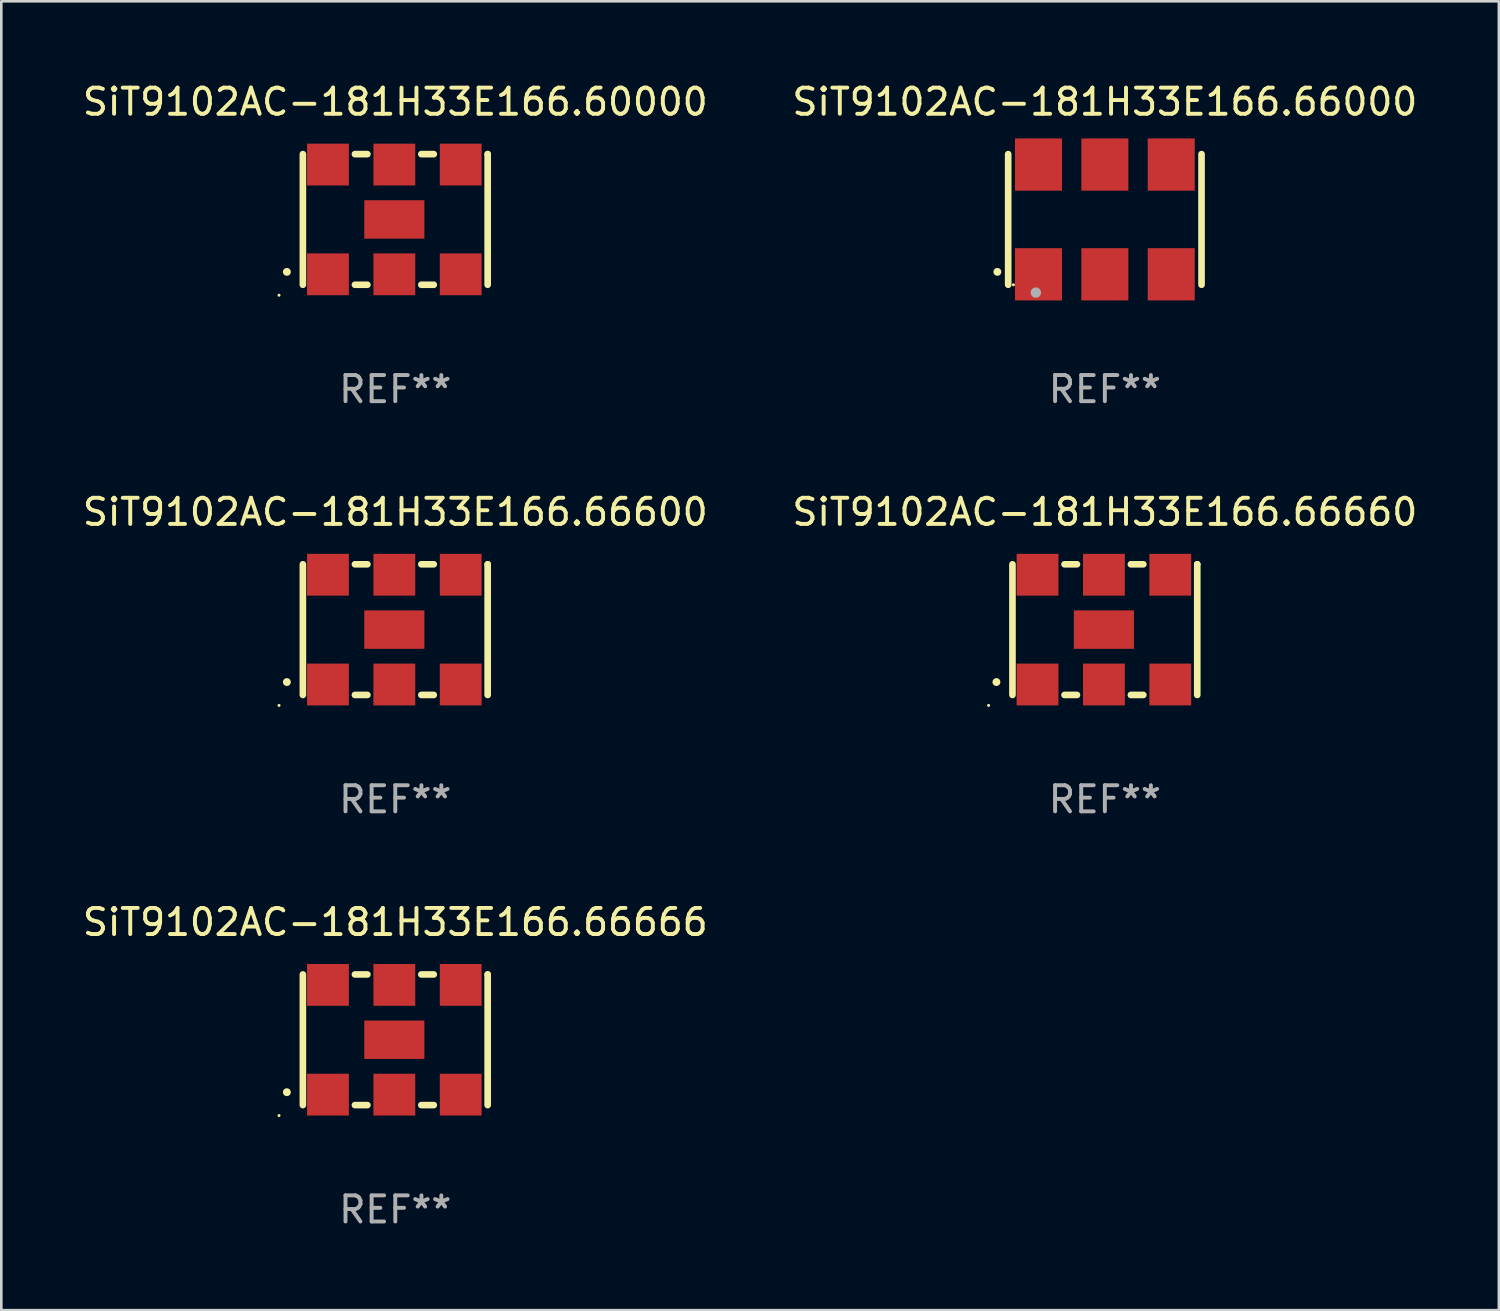
<source format=kicad_pcb>
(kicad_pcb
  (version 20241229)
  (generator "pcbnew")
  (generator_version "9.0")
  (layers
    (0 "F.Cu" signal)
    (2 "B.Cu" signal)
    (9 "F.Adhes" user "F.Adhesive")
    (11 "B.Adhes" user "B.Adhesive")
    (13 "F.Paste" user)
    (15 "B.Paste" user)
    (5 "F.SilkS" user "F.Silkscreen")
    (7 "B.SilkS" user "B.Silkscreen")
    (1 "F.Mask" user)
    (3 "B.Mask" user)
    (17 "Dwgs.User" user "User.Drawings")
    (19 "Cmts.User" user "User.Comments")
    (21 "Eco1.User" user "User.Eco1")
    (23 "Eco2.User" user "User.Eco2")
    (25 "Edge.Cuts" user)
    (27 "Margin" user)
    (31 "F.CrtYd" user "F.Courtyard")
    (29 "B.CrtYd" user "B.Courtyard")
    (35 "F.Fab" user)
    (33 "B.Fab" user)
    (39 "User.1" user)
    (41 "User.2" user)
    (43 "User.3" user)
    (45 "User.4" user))
  (footprint "SiT9102AC-181H33E166.66000"
    (layer "F.Cu")
    (at 39.232 5.348)
    (property "Reference" "SiT9102AC-181H33E166.66000" (at 0 -4.5 0) (layer "F.SilkS") (effects (font (size 1 1) (thickness 0.15))))
    (attr through_hole)
    (fp_line (start -3.7 -2.5) (end -3.7 2.5) (stroke (width 0.254) (type solid)) (layer "F.SilkS"))
    (fp_line (start 3.7 -2.5) (end 3.7 2.5) (stroke (width 0.254) (type solid)) (layer "F.SilkS"))
    (fp_arc (start -4.114415 2.006604) (mid -4.113145 2.006599) (end -4.111875 2.006604) (stroke (width 0.3) (type solid)) (layer "F.SilkS"))
    (fp_circle (center -3.5 2.501) (end -3.47 2.501) (stroke (width 0.06) (type solid)) (fill no) (layer "F.SilkS"))
    (fp_circle (center -2.641 2.799) (end -2.541 2.799) (stroke (width 0.2) (type solid)) (fill no) (layer "F.Fab"))
    (fp_text user "REF**" (at 0 6.5 0) (layer "F.Fab") (effects (font (size 1 1) (thickness 0.15))))
    (pad "1" smd rect (at -2.54 2.1) (size 1.8 2) (layers "F.Cu" "F.Mask" "F.Paste"))
    (pad "2" smd rect (at 0.000394 2.1) (size 1.8 2) (layers "F.Cu" "F.Mask" "F.Paste"))
    (pad "3" smd rect (at 2.54 2.1) (size 1.8 2) (layers "F.Cu" "F.Mask" "F.Paste"))
    (pad "4" smd rect (at 2.54 -2.1) (size 1.8 2) (layers "F.Cu" "F.Mask" "F.Paste"))
    (pad "5" smd rect (at 0.000394 -2.1) (size 1.8 2) (layers "F.Cu" "F.Mask" "F.Paste"))
    (pad "6" smd rect (at -2.54 -2.1) (size 1.8 2) (layers "F.Cu" "F.Mask" "F.Paste")))
  (footprint "SiT9102AC-181H33E166.66600"
    (layer "F.Cu")
    (at 12.077 21.045)
    (property "Reference" "SiT9102AC-181H33E166.66600" (at 0 -4.5 0) (layer "F.SilkS") (effects (font (size 1 1) (thickness 0.15))))
    (attr through_hole)
    (fp_line (start -3.536 -2.5) (end -3.536 2.5) (stroke (width 0.254) (type solid)) (layer "F.SilkS"))
    (fp_line (start -1.544 2.5) (end -1.067 2.5) (stroke (width 0.254) (type solid)) (layer "F.SilkS"))
    (fp_line (start -1.067 -2.5) (end -1.544 -2.5) (stroke (width 0.254) (type solid)) (layer "F.SilkS"))
    (fp_line (start 0.996 2.5) (end 1.473 2.5) (stroke (width 0.254) (type solid)) (layer "F.SilkS"))
    (fp_line (start 1.473 -2.5) (end 0.996 -2.5) (stroke (width 0.254) (type solid)) (layer "F.SilkS"))
    (fp_line (start 3.536 -2.5) (end 3.536 -2.5) (stroke (width 0.254) (type solid)) (layer "F.SilkS"))
    (fp_line (start 3.536 2.5) (end 3.536 -2.5) (stroke (width 0.254) (type solid)) (layer "F.SilkS"))
    (fp_arc (start -4.150432 2.006604) (mid -4.149162 2.006599) (end -4.147892 2.006604) (stroke (width 0.3) (type solid)) (layer "F.SilkS"))
    (fp_circle (center -4.449 2.9) (end -4.419 2.9) (stroke (width 0.06) (type solid)) (fill no) (layer "F.SilkS"))
    (fp_text user "REF**" (at 0 6.5 0) (layer "F.Fab") (effects (font (size 1 1) (thickness 0.15))))
    (pad "1" smd rect (at -2.576 2.1) (size 1.6 1.6) (layers "F.Cu" "F.Mask" "F.Paste"))
    (pad "2" smd rect (at -0.036 2.1) (size 1.6 1.6) (layers "F.Cu" "F.Mask" "F.Paste"))
    (pad "3" smd rect (at 2.504 2.1) (size 1.6 1.6) (layers "F.Cu" "F.Mask" "F.Paste"))
    (pad "4" smd rect (at 2.504 -2.1) (size 1.6 1.6) (layers "F.Cu" "F.Mask" "F.Paste"))
    (pad "5" smd rect (at -0.036 -2.1) (size 1.6 1.6) (layers "F.Cu" "F.Mask" "F.Paste"))
    (pad "6" smd rect (at -2.576 -2.1) (size 1.6 1.6) (layers "F.Cu" "F.Mask" "F.Paste"))
    (pad "7" smd rect (at -0.036 0) (size 2.3 1.47) (layers "F.Cu" "F.Mask" "F.Paste")))
  (footprint "SiT9102AC-181H33E166.66660"
    (layer "F.Cu")
    (at 39.232 21.045)
    (property "Reference" "SiT9102AC-181H33E166.66660" (at 0 -4.5 0) (layer "F.SilkS") (effects (font (size 1 1) (thickness 0.15))))
    (attr through_hole)
    (fp_line (start -3.536 -2.5) (end -3.536 2.5) (stroke (width 0.254) (type solid)) (layer "F.SilkS"))
    (fp_line (start -1.544 2.5) (end -1.067 2.5) (stroke (width 0.254) (type solid)) (layer "F.SilkS"))
    (fp_line (start -1.067 -2.5) (end -1.544 -2.5) (stroke (width 0.254) (type solid)) (layer "F.SilkS"))
    (fp_line (start 0.996 2.5) (end 1.473 2.5) (stroke (width 0.254) (type solid)) (layer "F.SilkS"))
    (fp_line (start 1.473 -2.5) (end 0.996 -2.5) (stroke (width 0.254) (type solid)) (layer "F.SilkS"))
    (fp_line (start 3.536 -2.5) (end 3.536 -2.5) (stroke (width 0.254) (type solid)) (layer "F.SilkS"))
    (fp_line (start 3.536 2.5) (end 3.536 -2.5) (stroke (width 0.254) (type solid)) (layer "F.SilkS"))
    (fp_arc (start -4.150432 2.006604) (mid -4.149162 2.006599) (end -4.147892 2.006604) (stroke (width 0.3) (type solid)) (layer "F.SilkS"))
    (fp_circle (center -4.449 2.9) (end -4.419 2.9) (stroke (width 0.06) (type solid)) (fill no) (layer "F.SilkS"))
    (fp_text user "REF**" (at 0 6.5 0) (layer "F.Fab") (effects (font (size 1 1) (thickness 0.15))))
    (pad "1" smd rect (at -2.576 2.1) (size 1.6 1.6) (layers "F.Cu" "F.Mask" "F.Paste"))
    (pad "2" smd rect (at -0.036 2.1) (size 1.6 1.6) (layers "F.Cu" "F.Mask" "F.Paste"))
    (pad "3" smd rect (at 2.504 2.1) (size 1.6 1.6) (layers "F.Cu" "F.Mask" "F.Paste"))
    (pad "4" smd rect (at 2.504 -2.1) (size 1.6 1.6) (layers "F.Cu" "F.Mask" "F.Paste"))
    (pad "5" smd rect (at -0.036 -2.1) (size 1.6 1.6) (layers "F.Cu" "F.Mask" "F.Paste"))
    (pad "6" smd rect (at -2.576 -2.1) (size 1.6 1.6) (layers "F.Cu" "F.Mask" "F.Paste"))
    (pad "7" smd rect (at -0.036 0) (size 2.3 1.47) (layers "F.Cu" "F.Mask" "F.Paste")))
  (footprint "SiT9102AC-181H33E166.66666"
    (layer "F.Cu")
    (at 12.077 36.741)
    (property "Reference" "SiT9102AC-181H33E166.66666" (at 0 -4.5 0) (layer "F.SilkS") (effects (font (size 1 1) (thickness 0.15))))
    (attr through_hole)
    (fp_line (start -3.536 -2.5) (end -3.536 2.5) (stroke (width 0.254) (type solid)) (layer "F.SilkS"))
    (fp_line (start -1.544 2.5) (end -1.067 2.5) (stroke (width 0.254) (type solid)) (layer "F.SilkS"))
    (fp_line (start -1.067 -2.5) (end -1.544 -2.5) (stroke (width 0.254) (type solid)) (layer "F.SilkS"))
    (fp_line (start 0.996 2.5) (end 1.473 2.5) (stroke (width 0.254) (type solid)) (layer "F.SilkS"))
    (fp_line (start 1.473 -2.5) (end 0.996 -2.5) (stroke (width 0.254) (type solid)) (layer "F.SilkS"))
    (fp_line (start 3.536 -2.5) (end 3.536 -2.5) (stroke (width 0.254) (type solid)) (layer "F.SilkS"))
    (fp_line (start 3.536 2.5) (end 3.536 -2.5) (stroke (width 0.254) (type solid)) (layer "F.SilkS"))
    (fp_arc (start -4.150432 2.006604) (mid -4.149162 2.006599) (end -4.147892 2.006604) (stroke (width 0.3) (type solid)) (layer "F.SilkS"))
    (fp_circle (center -4.449 2.9) (end -4.419 2.9) (stroke (width 0.06) (type solid)) (fill no) (layer "F.SilkS"))
    (fp_text user "REF**" (at 0 6.5 0) (layer "F.Fab") (effects (font (size 1 1) (thickness 0.15))))
    (pad "1" smd rect (at -2.576 2.1) (size 1.6 1.6) (layers "F.Cu" "F.Mask" "F.Paste"))
    (pad "2" smd rect (at -0.036 2.1) (size 1.6 1.6) (layers "F.Cu" "F.Mask" "F.Paste"))
    (pad "3" smd rect (at 2.504 2.1) (size 1.6 1.6) (layers "F.Cu" "F.Mask" "F.Paste"))
    (pad "4" smd rect (at 2.504 -2.1) (size 1.6 1.6) (layers "F.Cu" "F.Mask" "F.Paste"))
    (pad "5" smd rect (at -0.036 -2.1) (size 1.6 1.6) (layers "F.Cu" "F.Mask" "F.Paste"))
    (pad "6" smd rect (at -2.576 -2.1) (size 1.6 1.6) (layers "F.Cu" "F.Mask" "F.Paste"))
    (pad "7" smd rect (at -0.036 0) (size 2.3 1.47) (layers "F.Cu" "F.Mask" "F.Paste")))
  (footprint "SiT9102AC-181H33E166.60000"
    (layer "F.Cu")
    (at 12.077 5.348)
    (property "Reference" "SiT9102AC-181H33E166.60000" (at 0 -4.5 0) (layer "F.SilkS") (effects (font (size 1 1) (thickness 0.15))))
    (attr through_hole)
    (fp_line (start -3.536 -2.5) (end -3.536 2.5) (stroke (width 0.254) (type solid)) (layer "F.SilkS"))
    (fp_line (start -1.544 2.5) (end -1.067 2.5) (stroke (width 0.254) (type solid)) (layer "F.SilkS"))
    (fp_line (start -1.067 -2.5) (end -1.544 -2.5) (stroke (width 0.254) (type solid)) (layer "F.SilkS"))
    (fp_line (start 0.996 2.5) (end 1.473 2.5) (stroke (width 0.254) (type solid)) (layer "F.SilkS"))
    (fp_line (start 1.473 -2.5) (end 0.996 -2.5) (stroke (width 0.254) (type solid)) (layer "F.SilkS"))
    (fp_line (start 3.536 -2.5) (end 3.536 -2.5) (stroke (width 0.254) (type solid)) (layer "F.SilkS"))
    (fp_line (start 3.536 2.5) (end 3.536 -2.5) (stroke (width 0.254) (type solid)) (layer "F.SilkS"))
    (fp_arc (start -4.150432 2.006604) (mid -4.149162 2.006599) (end -4.147892 2.006604) (stroke (width 0.3) (type solid)) (layer "F.SilkS"))
    (fp_circle (center -4.449 2.9) (end -4.419 2.9) (stroke (width 0.06) (type solid)) (fill no) (layer "F.SilkS"))
    (fp_text user "REF**" (at 0 6.5 0) (layer "F.Fab") (effects (font (size 1 1) (thickness 0.15))))
    (pad "1" smd rect (at -2.576 2.1) (size 1.6 1.6) (layers "F.Cu" "F.Mask" "F.Paste"))
    (pad "2" smd rect (at -0.036 2.1) (size 1.6 1.6) (layers "F.Cu" "F.Mask" "F.Paste"))
    (pad "3" smd rect (at 2.504 2.1) (size 1.6 1.6) (layers "F.Cu" "F.Mask" "F.Paste"))
    (pad "4" smd rect (at 2.504 -2.1) (size 1.6 1.6) (layers "F.Cu" "F.Mask" "F.Paste"))
    (pad "5" smd rect (at -0.036 -2.1) (size 1.6 1.6) (layers "F.Cu" "F.Mask" "F.Paste"))
    (pad "6" smd rect (at -2.576 -2.1) (size 1.6 1.6) (layers "F.Cu" "F.Mask" "F.Paste"))
    (pad "7" smd rect (at -0.036 0) (size 2.3 1.47) (layers "F.Cu" "F.Mask" "F.Paste")))
  (gr_rect
    (start -3 -3)
    (end 54.31 47.09)
    (stroke (width 0.1) (type default))
    (fill no)
    (layer "Edge.Cuts")))
</source>
